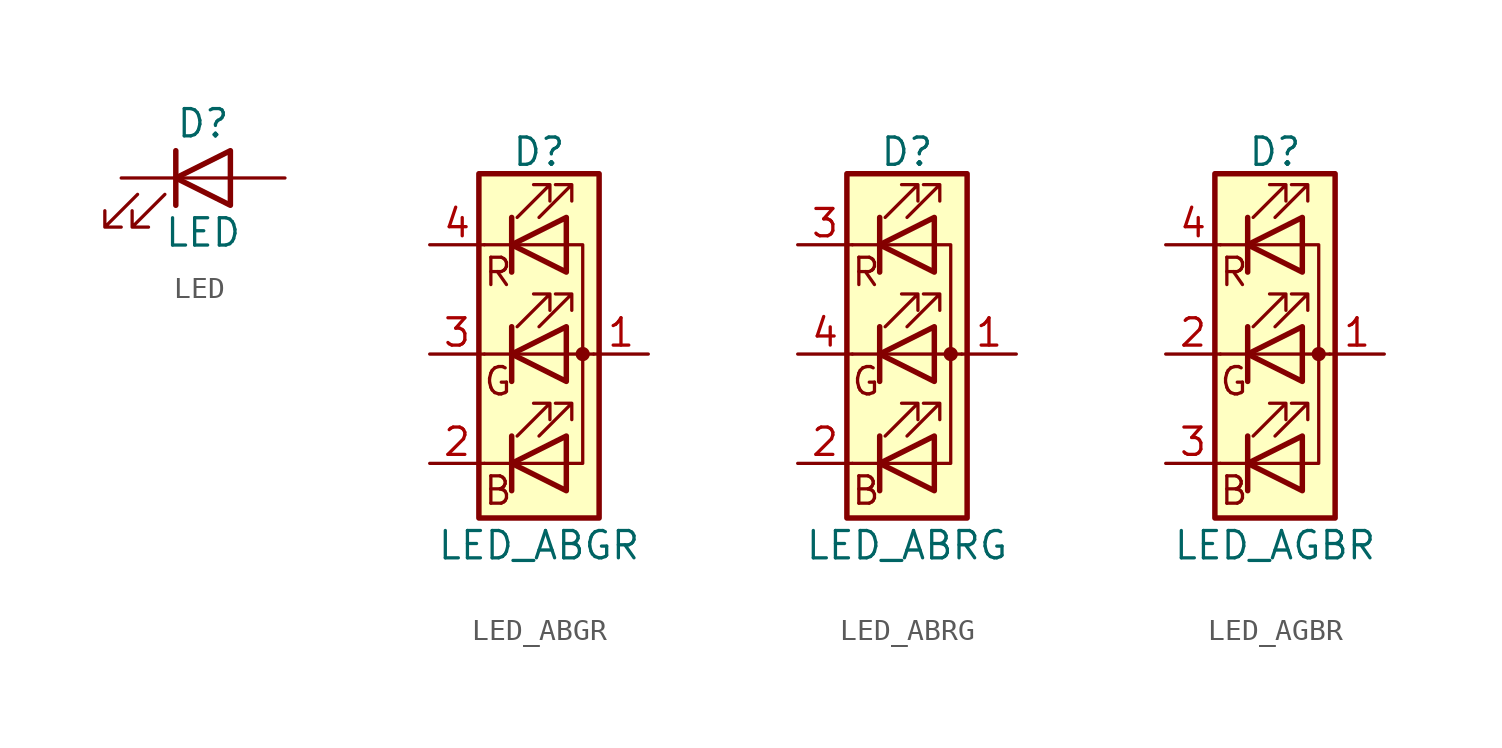
<source format=kicad_sym>
(kicad_symbol_lib
  (version 20241209)
  (generator "kicad_symbol_editor")
  (generator_version "9.0")
  (symbol "LED"
    (pin_numbers
      (hide yes))
    (pin_names
      (offset 1.016)
      (hide yes))
    (property "Reference" "D"
      (at 0 2.54 0)
      (effects (font (size 1.27 1.27))))
    (property "Value" "LED"
      (at 0 -2.54 0)
      (effects (font (size 1.27 1.27))))
    (symbol "LED_0_1"
      (polyline (pts (xy -3.048 -0.762) (xy -4.572 -2.286) (xy -3.81 -2.286) (xy -4.572 -2.286) (xy -4.572 -1.524)) (stroke (width 0) (type solid)) (fill (type none)))
      (polyline (pts (xy -1.778 -0.762) (xy -3.302 -2.286) (xy -2.54 -2.286) (xy -3.302 -2.286) (xy -3.302 -1.524)) (stroke (width 0) (type solid)) (fill (type none)))
      (polyline (pts (xy -1.27 0) (xy 1.27 0)) (stroke (width 0) (type solid)) (fill (type none)))
      (polyline (pts (xy -1.27 -1.27) (xy -1.27 1.27)) (stroke (width 0.254) (type solid)) (fill (type none)))
      (polyline (pts (xy 1.27 -1.27) (xy 1.27 1.27) (xy -1.27 0) (xy 1.27 -1.27)) (stroke (width 0.254) (type solid)) (fill (type none))))
    (symbol "LED_1_1"
      (pin passive line (at -3.81 0 0) (length 2.54) (name "K" (effects (font (size 1.27 1.27)))) (number "1" (effects (font (size 1.27 1.27)))))
      (pin passive line (at 3.81 0 180) (length 2.54) (name "A" (effects (font (size 1.27 1.27)))) (number "2" (effects (font (size 1.27 1.27)))))))
  (symbol "LED_ABGR"
    (pin_names
      (offset 0)
      (hide yes))
    (property "Reference" "D"
      (at 0 9.398 0)
      (effects (font (size 1.27 1.27))))
    (property "Value" "LED_ABGR"
      (at 0 -8.89 0)
      (effects (font (size 1.27 1.27))))
    (symbol "LED_ABGR_0_0"
      (text "R" (at -1.905 3.81 0) (effects (font (size 1.27 1.27))))
      (text "G" (at -1.905 -1.27 0) (effects (font (size 1.27 1.27))))
      (text "B" (at -1.905 -6.35 0) (effects (font (size 1.27 1.27)))))
    (symbol "LED_ABGR_0_1"
      (polyline (pts (xy -1.27 6.35) (xy -1.27 3.81)) (stroke (width 0.254) (type solid)) (fill (type none)))
      (polyline (pts (xy -1.27 6.35) (xy -1.27 3.81) (xy -1.27 3.81)) (stroke (width 0) (type solid)) (fill (type none)))
      (polyline (pts (xy -1.27 5.08) (xy -2.54 5.08)) (stroke (width 0) (type solid)) (fill (type none)))
      (polyline (pts (xy -1.27 5.08) (xy 1.27 5.08)) (stroke (width 0) (type solid)) (fill (type none)))
      (polyline (pts (xy -1.27 1.27) (xy -1.27 -1.27)) (stroke (width 0.254) (type solid)) (fill (type none)))
      (polyline (pts (xy -1.27 1.27) (xy -1.27 -1.27) (xy -1.27 -1.27)) (stroke (width 0) (type solid)) (fill (type none)))
      (polyline (pts (xy -1.27 0) (xy -2.54 0)) (stroke (width 0) (type solid)) (fill (type none)))
      (polyline (pts (xy -1.27 -3.81) (xy -1.27 -6.35)) (stroke (width 0.254) (type solid)) (fill (type none)))
      (polyline (pts (xy -1.27 -5.08) (xy -2.54 -5.08)) (stroke (width 0) (type solid)) (fill (type none)))
      (polyline (pts (xy -1.27 -5.08) (xy 1.27 -5.08)) (stroke (width 0) (type solid)) (fill (type none)))
      (polyline (pts (xy -1.016 6.35) (xy 0.508 7.874) (xy -0.254 7.874) (xy 0.508 7.874) (xy 0.508 7.112)) (stroke (width 0) (type solid)) (fill (type none)))
      (polyline (pts (xy -1.016 1.27) (xy 0.508 2.794) (xy -0.254 2.794) (xy 0.508 2.794) (xy 0.508 2.032)) (stroke (width 0) (type solid)) (fill (type none)))
      (polyline (pts (xy -1.016 -3.81) (xy 0.508 -2.286) (xy -0.254 -2.286) (xy 0.508 -2.286) (xy 0.508 -3.048)) (stroke (width 0) (type solid)) (fill (type none)))
      (polyline (pts (xy 0 6.35) (xy 1.524 7.874) (xy 0.762 7.874) (xy 1.524 7.874) (xy 1.524 7.112)) (stroke (width 0) (type solid)) (fill (type none)))
      (polyline (pts (xy 0 1.27) (xy 1.524 2.794) (xy 0.762 2.794) (xy 1.524 2.794) (xy 1.524 2.032)) (stroke (width 0) (type solid)) (fill (type none)))
      (polyline (pts (xy 0 -3.81) (xy 1.524 -2.286) (xy 0.762 -2.286) (xy 1.524 -2.286) (xy 1.524 -3.048)) (stroke (width 0) (type solid)) (fill (type none)))
      (polyline (pts (xy 1.27 6.35) (xy 1.27 3.81) (xy -1.27 5.08) (xy 1.27 6.35)) (stroke (width 0.254) (type solid)) (fill (type none)))
      (rectangle (start 1.27 6.35) (end 1.27 6.35) (stroke (width 0) (type solid)) (fill (type none)))
      (rectangle (start 1.27 3.81) (end 1.27 6.35) (stroke (width 0) (type solid)) (fill (type none)))
      (polyline (pts (xy 1.27 1.27) (xy 1.27 -1.27) (xy -1.27 0) (xy 1.27 1.27)) (stroke (width 0.254) (type solid)) (fill (type none)))
      (rectangle (start 1.27 1.27) (end 1.27 1.27) (stroke (width 0) (type solid)) (fill (type none)))
      (polyline (pts (xy 1.27 0) (xy -1.27 0)) (stroke (width 0) (type solid)) (fill (type none)))
      (polyline (pts (xy 1.27 0) (xy 2.54 0)) (stroke (width 0) (type solid)) (fill (type none)))
      (rectangle (start 1.27 -1.27) (end 1.27 1.27) (stroke (width 0) (type solid)) (fill (type none)))
      (polyline (pts (xy 1.27 -3.81) (xy 1.27 -6.35) (xy -1.27 -5.08) (xy 1.27 -3.81)) (stroke (width 0.254) (type solid)) (fill (type none)))
      (polyline (pts (xy 1.27 -5.08) (xy 2.032 -5.08) (xy 2.032 5.08) (xy 1.27 5.08)) (stroke (width 0) (type solid)) (fill (type none)))
      (circle (center 2.032 0) (radius 0.254) (stroke (width 0) (type solid)) (fill (type outline)))
      (rectangle (start 2.794 8.382) (end -2.794 -7.62) (stroke (width 0.254) (type solid)) (fill (type background))))
    (symbol "LED_ABGR_1_1"
      (pin passive line (at -5.08 5.08 0) (length 2.54) (name "RK" (effects (font (size 1.27 1.27)))) (number "4" (effects (font (size 1.27 1.27)))))
      (pin passive line (at -5.08 0 0) (length 2.54) (name "GK" (effects (font (size 1.27 1.27)))) (number "3" (effects (font (size 1.27 1.27)))))
      (pin passive line (at -5.08 -5.08 0) (length 2.54) (name "BK" (effects (font (size 1.27 1.27)))) (number "2" (effects (font (size 1.27 1.27)))))
      (pin passive line (at 5.08 0 180) (length 2.54) (name "A" (effects (font (size 1.27 1.27)))) (number "1" (effects (font (size 1.27 1.27)))))))
  (symbol "LED_ABRG"
    (pin_names
      (offset 0)
      (hide yes))
    (property "Reference" "D"
      (at 0 9.398 0)
      (effects (font (size 1.27 1.27))))
    (property "Value" "LED_ABRG"
      (at 0 -8.89 0)
      (effects (font (size 1.27 1.27))))
    (symbol "LED_ABRG_0_0"
      (text "R" (at -1.905 3.81 0) (effects (font (size 1.27 1.27))))
      (text "G" (at -1.905 -1.27 0) (effects (font (size 1.27 1.27))))
      (text "B" (at -1.905 -6.35 0) (effects (font (size 1.27 1.27)))))
    (symbol "LED_ABRG_0_1"
      (polyline (pts (xy -1.27 6.35) (xy -1.27 3.81)) (stroke (width 0.254) (type solid)) (fill (type none)))
      (polyline (pts (xy -1.27 6.35) (xy -1.27 3.81) (xy -1.27 3.81)) (stroke (width 0) (type solid)) (fill (type none)))
      (polyline (pts (xy -1.27 5.08) (xy -2.54 5.08)) (stroke (width 0) (type solid)) (fill (type none)))
      (polyline (pts (xy -1.27 5.08) (xy 1.27 5.08)) (stroke (width 0) (type solid)) (fill (type none)))
      (polyline (pts (xy -1.27 1.27) (xy -1.27 -1.27)) (stroke (width 0.254) (type solid)) (fill (type none)))
      (polyline (pts (xy -1.27 1.27) (xy -1.27 -1.27) (xy -1.27 -1.27)) (stroke (width 0) (type solid)) (fill (type none)))
      (polyline (pts (xy -1.27 0) (xy -2.54 0)) (stroke (width 0) (type solid)) (fill (type none)))
      (polyline (pts (xy -1.27 -3.81) (xy -1.27 -6.35)) (stroke (width 0.254) (type solid)) (fill (type none)))
      (polyline (pts (xy -1.27 -5.08) (xy -2.54 -5.08)) (stroke (width 0) (type solid)) (fill (type none)))
      (polyline (pts (xy -1.27 -5.08) (xy 1.27 -5.08)) (stroke (width 0) (type solid)) (fill (type none)))
      (polyline (pts (xy -1.016 6.35) (xy 0.508 7.874) (xy -0.254 7.874) (xy 0.508 7.874) (xy 0.508 7.112)) (stroke (width 0) (type solid)) (fill (type none)))
      (polyline (pts (xy -1.016 1.27) (xy 0.508 2.794) (xy -0.254 2.794) (xy 0.508 2.794) (xy 0.508 2.032)) (stroke (width 0) (type solid)) (fill (type none)))
      (polyline (pts (xy -1.016 -3.81) (xy 0.508 -2.286) (xy -0.254 -2.286) (xy 0.508 -2.286) (xy 0.508 -3.048)) (stroke (width 0) (type solid)) (fill (type none)))
      (polyline (pts (xy 0 6.35) (xy 1.524 7.874) (xy 0.762 7.874) (xy 1.524 7.874) (xy 1.524 7.112)) (stroke (width 0) (type solid)) (fill (type none)))
      (polyline (pts (xy 0 1.27) (xy 1.524 2.794) (xy 0.762 2.794) (xy 1.524 2.794) (xy 1.524 2.032)) (stroke (width 0) (type solid)) (fill (type none)))
      (polyline (pts (xy 0 -3.81) (xy 1.524 -2.286) (xy 0.762 -2.286) (xy 1.524 -2.286) (xy 1.524 -3.048)) (stroke (width 0) (type solid)) (fill (type none)))
      (polyline (pts (xy 1.27 6.35) (xy 1.27 3.81) (xy -1.27 5.08) (xy 1.27 6.35)) (stroke (width 0.254) (type solid)) (fill (type none)))
      (rectangle (start 1.27 6.35) (end 1.27 6.35) (stroke (width 0) (type solid)) (fill (type none)))
      (rectangle (start 1.27 3.81) (end 1.27 6.35) (stroke (width 0) (type solid)) (fill (type none)))
      (polyline (pts (xy 1.27 1.27) (xy 1.27 -1.27) (xy -1.27 0) (xy 1.27 1.27)) (stroke (width 0.254) (type solid)) (fill (type none)))
      (rectangle (start 1.27 1.27) (end 1.27 1.27) (stroke (width 0) (type solid)) (fill (type none)))
      (polyline (pts (xy 1.27 0) (xy -1.27 0)) (stroke (width 0) (type solid)) (fill (type none)))
      (polyline (pts (xy 1.27 0) (xy 2.54 0)) (stroke (width 0) (type solid)) (fill (type none)))
      (rectangle (start 1.27 -1.27) (end 1.27 1.27) (stroke (width 0) (type solid)) (fill (type none)))
      (polyline (pts (xy 1.27 -3.81) (xy 1.27 -6.35) (xy -1.27 -5.08) (xy 1.27 -3.81)) (stroke (width 0.254) (type solid)) (fill (type none)))
      (polyline (pts (xy 1.27 -5.08) (xy 2.032 -5.08) (xy 2.032 5.08) (xy 1.27 5.08)) (stroke (width 0) (type solid)) (fill (type none)))
      (circle (center 2.032 0) (radius 0.254) (stroke (width 0) (type solid)) (fill (type outline)))
      (rectangle (start 2.794 8.382) (end -2.794 -7.62) (stroke (width 0.254) (type solid)) (fill (type background))))
    (symbol "LED_ABRG_1_1"
      (pin passive line (at -5.08 5.08 0) (length 2.54) (name "RK" (effects (font (size 1.27 1.27)))) (number "3" (effects (font (size 1.27 1.27)))))
      (pin passive line (at -5.08 0 0) (length 2.54) (name "GK" (effects (font (size 1.27 1.27)))) (number "4" (effects (font (size 1.27 1.27)))))
      (pin passive line (at -5.08 -5.08 0) (length 2.54) (name "BK" (effects (font (size 1.27 1.27)))) (number "2" (effects (font (size 1.27 1.27)))))
      (pin passive line (at 5.08 0 180) (length 2.54) (name "A" (effects (font (size 1.27 1.27)))) (number "1" (effects (font (size 1.27 1.27)))))))
  (symbol "LED_AGBR"
    (pin_names
      (offset 0)
      (hide yes))
    (property "Reference" "D"
      (at 0 9.398 0)
      (effects (font (size 1.27 1.27))))
    (property "Value" "LED_AGBR"
      (at 0 -8.89 0)
      (effects (font (size 1.27 1.27))))
    (symbol "LED_AGBR_0_0"
      (text "R" (at -1.905 3.81 0) (effects (font (size 1.27 1.27))))
      (text "G" (at -1.905 -1.27 0) (effects (font (size 1.27 1.27))))
      (text "B" (at -1.905 -6.35 0) (effects (font (size 1.27 1.27)))))
    (symbol "LED_AGBR_0_1"
      (polyline (pts (xy -1.27 6.35) (xy -1.27 3.81)) (stroke (width 0.254) (type solid)) (fill (type none)))
      (polyline (pts (xy -1.27 6.35) (xy -1.27 3.81) (xy -1.27 3.81)) (stroke (width 0) (type solid)) (fill (type none)))
      (polyline (pts (xy -1.27 5.08) (xy -2.54 5.08)) (stroke (width 0) (type solid)) (fill (type none)))
      (polyline (pts (xy -1.27 5.08) (xy 1.27 5.08)) (stroke (width 0) (type solid)) (fill (type none)))
      (polyline (pts (xy -1.27 1.27) (xy -1.27 -1.27)) (stroke (width 0.254) (type solid)) (fill (type none)))
      (polyline (pts (xy -1.27 1.27) (xy -1.27 -1.27) (xy -1.27 -1.27)) (stroke (width 0) (type solid)) (fill (type none)))
      (polyline (pts (xy -1.27 0) (xy -2.54 0)) (stroke (width 0) (type solid)) (fill (type none)))
      (polyline (pts (xy -1.27 -3.81) (xy -1.27 -6.35)) (stroke (width 0.254) (type solid)) (fill (type none)))
      (polyline (pts (xy -1.27 -5.08) (xy -2.54 -5.08)) (stroke (width 0) (type solid)) (fill (type none)))
      (polyline (pts (xy -1.27 -5.08) (xy 1.27 -5.08)) (stroke (width 0) (type solid)) (fill (type none)))
      (polyline (pts (xy -1.016 6.35) (xy 0.508 7.874) (xy -0.254 7.874) (xy 0.508 7.874) (xy 0.508 7.112)) (stroke (width 0) (type solid)) (fill (type none)))
      (polyline (pts (xy -1.016 1.27) (xy 0.508 2.794) (xy -0.254 2.794) (xy 0.508 2.794) (xy 0.508 2.032)) (stroke (width 0) (type solid)) (fill (type none)))
      (polyline (pts (xy -1.016 -3.81) (xy 0.508 -2.286) (xy -0.254 -2.286) (xy 0.508 -2.286) (xy 0.508 -3.048)) (stroke (width 0) (type solid)) (fill (type none)))
      (polyline (pts (xy 0 6.35) (xy 1.524 7.874) (xy 0.762 7.874) (xy 1.524 7.874) (xy 1.524 7.112)) (stroke (width 0) (type solid)) (fill (type none)))
      (polyline (pts (xy 0 1.27) (xy 1.524 2.794) (xy 0.762 2.794) (xy 1.524 2.794) (xy 1.524 2.032)) (stroke (width 0) (type solid)) (fill (type none)))
      (polyline (pts (xy 0 -3.81) (xy 1.524 -2.286) (xy 0.762 -2.286) (xy 1.524 -2.286) (xy 1.524 -3.048)) (stroke (width 0) (type solid)) (fill (type none)))
      (polyline (pts (xy 1.27 6.35) (xy 1.27 3.81) (xy -1.27 5.08) (xy 1.27 6.35)) (stroke (width 0.254) (type solid)) (fill (type none)))
      (rectangle (start 1.27 6.35) (end 1.27 6.35) (stroke (width 0) (type solid)) (fill (type none)))
      (rectangle (start 1.27 3.81) (end 1.27 6.35) (stroke (width 0) (type solid)) (fill (type none)))
      (polyline (pts (xy 1.27 1.27) (xy 1.27 -1.27) (xy -1.27 0) (xy 1.27 1.27)) (stroke (width 0.254) (type solid)) (fill (type none)))
      (rectangle (start 1.27 1.27) (end 1.27 1.27) (stroke (width 0) (type solid)) (fill (type none)))
      (polyline (pts (xy 1.27 0) (xy -1.27 0)) (stroke (width 0) (type solid)) (fill (type none)))
      (polyline (pts (xy 1.27 0) (xy 2.54 0)) (stroke (width 0) (type solid)) (fill (type none)))
      (rectangle (start 1.27 -1.27) (end 1.27 1.27) (stroke (width 0) (type solid)) (fill (type none)))
      (polyline (pts (xy 1.27 -3.81) (xy 1.27 -6.35) (xy -1.27 -5.08) (xy 1.27 -3.81)) (stroke (width 0.254) (type solid)) (fill (type none)))
      (polyline (pts (xy 1.27 -5.08) (xy 2.032 -5.08) (xy 2.032 5.08) (xy 1.27 5.08)) (stroke (width 0) (type solid)) (fill (type none)))
      (circle (center 2.032 0) (radius 0.254) (stroke (width 0) (type solid)) (fill (type outline)))
      (rectangle (start 2.794 8.382) (end -2.794 -7.62) (stroke (width 0.254) (type solid)) (fill (type background))))
    (symbol "LED_AGBR_1_1"
      (pin passive line (at -5.08 5.08 0) (length 2.54) (name "RK" (effects (font (size 1.27 1.27)))) (number "4" (effects (font (size 1.27 1.27)))))
      (pin passive line (at -5.08 0 0) (length 2.54) (name "GK" (effects (font (size 1.27 1.27)))) (number "2" (effects (font (size 1.27 1.27)))))
      (pin passive line (at -5.08 -5.08 0) (length 2.54) (name "BK" (effects (font (size 1.27 1.27)))) (number "3" (effects (font (size 1.27 1.27)))))
      (pin passive line (at 5.08 0 180) (length 2.54) (name "A" (effects (font (size 1.27 1.27)))) (number "1" (effects (font (size 1.27 1.27))))))))
</source>
